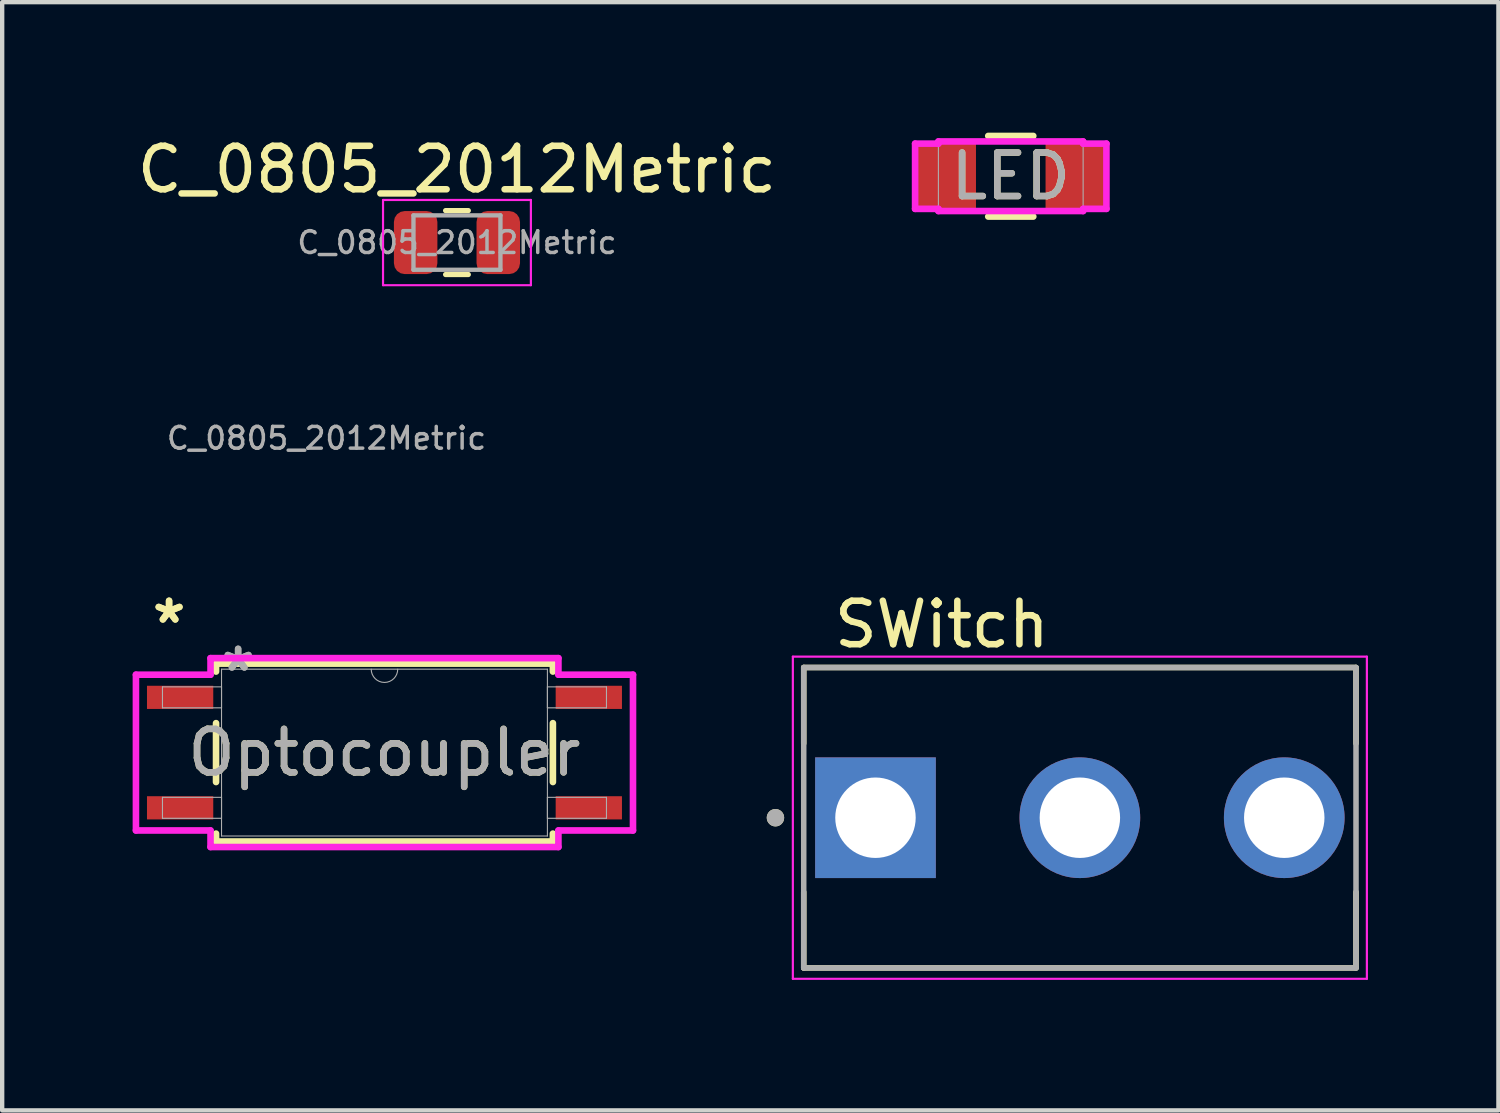
<source format=kicad_pcb>
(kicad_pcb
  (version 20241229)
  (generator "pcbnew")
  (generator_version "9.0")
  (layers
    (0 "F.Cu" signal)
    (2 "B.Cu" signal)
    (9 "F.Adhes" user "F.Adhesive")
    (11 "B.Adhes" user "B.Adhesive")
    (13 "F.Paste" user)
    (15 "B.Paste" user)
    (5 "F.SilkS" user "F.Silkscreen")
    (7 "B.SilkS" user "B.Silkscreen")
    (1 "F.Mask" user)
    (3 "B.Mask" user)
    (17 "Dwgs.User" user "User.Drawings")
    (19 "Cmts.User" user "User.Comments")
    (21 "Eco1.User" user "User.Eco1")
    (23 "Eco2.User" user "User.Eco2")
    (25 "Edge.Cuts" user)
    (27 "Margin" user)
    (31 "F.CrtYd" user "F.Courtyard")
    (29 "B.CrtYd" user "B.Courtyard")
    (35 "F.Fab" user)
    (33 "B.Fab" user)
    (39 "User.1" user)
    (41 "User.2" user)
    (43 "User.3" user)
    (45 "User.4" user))
  (footprint "SWitch"
    (layer "F.Cu")
    (at 21.782 15.754)
    (property "Reference" "SWitch" (at -3.175 -4.445 0) (layer "F.SilkS") (effects (font (size 1 1) (thickness 0.15))))
    (attr through_hole)
    (fp_line (start -6.35 -3.454) (end 6.35 -3.454) (stroke (width 0.127) (type solid)) (layer "F.SilkS"))
    (fp_line (start -6.35 -1.708) (end -6.35 -3.454) (stroke (width 0.127) (type solid)) (layer "F.SilkS"))
    (fp_line (start -6.35 3.454) (end -6.35 1.708) (stroke (width 0.127) (type solid)) (layer "F.SilkS"))
    (fp_line (start 6.35 -3.454) (end 6.35 -1.708) (stroke (width 0.127) (type solid)) (layer "F.SilkS"))
    (fp_line (start 6.35 3.454) (end -6.35 3.454) (stroke (width 0.127) (type solid)) (layer "F.SilkS"))
    (fp_line (start 6.35 3.454) (end 6.35 1.708) (stroke (width 0.127) (type solid)) (layer "F.SilkS"))
    (fp_circle (center -7 0) (end -6.9 0) (stroke (width 0.2) (type solid)) (fill no) (layer "F.SilkS"))
    (fp_line (start -6.6 -3.704) (end -6.6 3.704) (stroke (width 0.05) (type solid)) (layer "F.CrtYd"))
    (fp_line (start -6.6 3.704) (end 6.6 3.704) (stroke (width 0.05) (type solid)) (layer "F.CrtYd"))
    (fp_line (start 6.6 -3.704) (end -6.6 -3.704) (stroke (width 0.05) (type solid)) (layer "F.CrtYd"))
    (fp_line (start 6.6 3.704) (end 6.6 -3.704) (stroke (width 0.05) (type solid)) (layer "F.CrtYd"))
    (fp_line (start -6.35 -3.454) (end 6.35 -3.454) (stroke (width 0.127) (type solid)) (layer "F.Fab"))
    (fp_line (start -6.35 3.454) (end -6.35 -3.454) (stroke (width 0.127) (type solid)) (layer "F.Fab"))
    (fp_line (start 6.35 -3.454) (end 6.35 3.454) (stroke (width 0.127) (type solid)) (layer "F.Fab"))
    (fp_line (start 6.35 3.454) (end -6.35 3.454) (stroke (width 0.127) (type solid)) (layer "F.Fab"))
    (fp_circle (center -7 0) (end -6.9 0) (stroke (width 0.2) (type solid)) (fill no) (layer "F.Fab"))
    (pad "1" thru_hole rect (at -4.7 0) (size 2.775 2.775) (drill 1.85) (layers "*.Cu" "*.Mask"))
    (pad "2" thru_hole circle (at 0 0) (size 2.775 2.775) (drill 1.85) (layers "*.Cu" "*.Mask"))
    (pad "3" thru_hole circle (at 4.7 0) (size 2.775 2.775) (drill 1.85) (layers "*.Cu" "*.Mask")))
  (footprint "Optocoupler"
    (layer "F.Cu")
    (at 5.791 14.256)
    (property "Reference" "Optocoupler" (at 0 0 0) (unlocked yes) (layer "F.SilkS") (effects (font (size 1 1) (thickness 0.15))))
    (attr smd)
    (fp_line (start -3.873 -2.045) (end -3.873 -1.863) (stroke (width 0.152) (type solid)) (layer "F.SilkS"))
    (fp_line (start -3.873 -0.677) (end -3.873 0.677) (stroke (width 0.152) (type solid)) (layer "F.SilkS"))
    (fp_line (start -3.873 1.863) (end -3.873 2.045) (stroke (width 0.152) (type solid)) (layer "F.SilkS"))
    (fp_line (start -3.873 2.045) (end 3.873 2.045) (stroke (width 0.152) (type solid)) (layer "F.SilkS"))
    (fp_line (start 3.873 -2.045) (end -3.873 -2.045) (stroke (width 0.152) (type solid)) (layer "F.SilkS"))
    (fp_line (start 3.873 -1.863) (end 3.873 -2.045) (stroke (width 0.152) (type solid)) (layer "F.SilkS"))
    (fp_line (start 3.873 0.677) (end 3.873 -0.677) (stroke (width 0.152) (type solid)) (layer "F.SilkS"))
    (fp_line (start 3.873 2.045) (end 3.873 1.863) (stroke (width 0.152) (type solid)) (layer "F.SilkS"))
    (fp_line (start -5.715 -1.791) (end -4 -1.791) (stroke (width 0.152) (type solid)) (layer "F.CrtYd"))
    (fp_line (start -5.715 1.791) (end -5.715 -1.791) (stroke (width 0.152) (type solid)) (layer "F.CrtYd"))
    (fp_line (start -5.715 1.791) (end -4 1.791) (stroke (width 0.152) (type solid)) (layer "F.CrtYd"))
    (fp_line (start -4 -2.172) (end 4 -2.172) (stroke (width 0.152) (type solid)) (layer "F.CrtYd"))
    (fp_line (start -4 -1.791) (end -4 -2.172) (stroke (width 0.152) (type solid)) (layer "F.CrtYd"))
    (fp_line (start -4 2.172) (end -4 1.791) (stroke (width 0.152) (type solid)) (layer "F.CrtYd"))
    (fp_line (start 4 -2.172) (end 4 -1.791) (stroke (width 0.152) (type solid)) (layer "F.CrtYd"))
    (fp_line (start 4 1.791) (end 4 2.172) (stroke (width 0.152) (type solid)) (layer "F.CrtYd"))
    (fp_line (start 4 2.172) (end -4 2.172) (stroke (width 0.152) (type solid)) (layer "F.CrtYd"))
    (fp_line (start 5.715 -1.791) (end 4 -1.791) (stroke (width 0.152) (type solid)) (layer "F.CrtYd"))
    (fp_line (start 5.715 -1.791) (end 5.715 1.791) (stroke (width 0.152) (type solid)) (layer "F.CrtYd"))
    (fp_line (start 5.715 1.791) (end 4 1.791) (stroke (width 0.152) (type solid)) (layer "F.CrtYd"))
    (fp_line (start -5.105 -1.511) (end -5.105 -1.029) (stroke (width 0.025) (type solid)) (layer "F.Fab"))
    (fp_line (start -5.105 -1.029) (end -3.747 -1.029) (stroke (width 0.025) (type solid)) (layer "F.Fab"))
    (fp_line (start -5.105 1.029) (end -5.105 1.511) (stroke (width 0.025) (type solid)) (layer "F.Fab"))
    (fp_line (start -5.105 1.511) (end -3.747 1.511) (stroke (width 0.025) (type solid)) (layer "F.Fab"))
    (fp_line (start -3.747 -1.918) (end -3.747 1.918) (stroke (width 0.025) (type solid)) (layer "F.Fab"))
    (fp_line (start -3.747 -1.511) (end -5.105 -1.511) (stroke (width 0.025) (type solid)) (layer "F.Fab"))
    (fp_line (start -3.747 -1.029) (end -3.747 -1.511) (stroke (width 0.025) (type solid)) (layer "F.Fab"))
    (fp_line (start -3.747 1.029) (end -5.105 1.029) (stroke (width 0.025) (type solid)) (layer "F.Fab"))
    (fp_line (start -3.747 1.511) (end -3.747 1.029) (stroke (width 0.025) (type solid)) (layer "F.Fab"))
    (fp_line (start -3.747 1.918) (end 3.747 1.918) (stroke (width 0.025) (type solid)) (layer "F.Fab"))
    (fp_line (start 3.747 -1.918) (end -3.747 -1.918) (stroke (width 0.025) (type solid)) (layer "F.Fab"))
    (fp_line (start 3.747 -1.511) (end 3.747 -1.029) (stroke (width 0.025) (type solid)) (layer "F.Fab"))
    (fp_line (start 3.747 -1.029) (end 5.105 -1.029) (stroke (width 0.025) (type solid)) (layer "F.Fab"))
    (fp_line (start 3.747 1.029) (end 3.747 1.511) (stroke (width 0.025) (type solid)) (layer "F.Fab"))
    (fp_line (start 3.747 1.511) (end 5.105 1.511) (stroke (width 0.025) (type solid)) (layer "F.Fab"))
    (fp_line (start 3.747 1.918) (end 3.747 -1.918) (stroke (width 0.025) (type solid)) (layer "F.Fab"))
    (fp_line (start 5.105 -1.511) (end 3.747 -1.511) (stroke (width 0.025) (type solid)) (layer "F.Fab"))
    (fp_line (start 5.105 -1.029) (end 5.105 -1.511) (stroke (width 0.025) (type solid)) (layer "F.Fab"))
    (fp_line (start 5.105 1.029) (end 3.747 1.029) (stroke (width 0.025) (type solid)) (layer "F.Fab"))
    (fp_line (start 5.105 1.511) (end 5.105 1.029) (stroke (width 0.025) (type solid)) (layer "F.Fab"))
    (fp_arc (start 0.3048 -1.9177) (mid 0 -1.6129) (end -0.3048 -1.9177) (stroke (width 0.0254) (type solid)) (layer "F.Fab"))
    (fp_text user "*" (at -4.953 -2.946 0) (layer "F.SilkS") (effects (font (size 1 1) (thickness 0.15))))
    (fp_text user "*" (at -4.953 -2.946 0) (unlocked yes) (layer "F.SilkS") (effects (font (size 1 1) (thickness 0.15))))
    (fp_text user "*" (at -3.365 -1.841 0) (layer "F.Fab") (effects (font (size 1 1) (thickness 0.15))))
    (fp_text user "*" (at -3.365 -1.841 0) (unlocked yes) (layer "F.Fab") (effects (font (size 1 1) (thickness 0.15))))
    (fp_text user "${REFERENCE}" (at 0 0 0) (unlocked yes) (layer "F.Fab") (effects (font (size 1 1) (thickness 0.15))))
    (pad "1" smd rect (at -4.699 -1.27) (size 1.524 0.533) (layers "F.Cu" "F.Mask" "F.Paste"))
    (pad "2" smd rect (at -4.699 1.27) (size 1.524 0.533) (layers "F.Cu" "F.Mask" "F.Paste"))
    (pad "3" smd rect (at 4.699 1.27) (size 1.524 0.533) (layers "F.Cu" "F.Mask" "F.Paste"))
    (pad "4" smd rect (at 4.699 -1.27) (size 1.524 0.533) (layers "F.Cu" "F.Mask" "F.Paste")))
  (footprint "C_0805_2012Metric"
    (layer "F.Cu")
    (at 7.458 2.528)
    (property "Reference" "C_0805_2012Metric" (at 0 -1.68 0) (layer "F.SilkS") (effects (font (size 1 1) (thickness 0.15))))
    (attr smd)
    (fp_line (start -0.261 -0.735) (end 0.261 -0.735) (stroke (width 0.12) (type solid)) (layer "F.SilkS"))
    (fp_line (start -0.261 0.735) (end 0.261 0.735) (stroke (width 0.12) (type solid)) (layer "F.SilkS"))
    (fp_line (start -1.7 -0.98) (end 1.7 -0.98) (stroke (width 0.05) (type solid)) (layer "F.CrtYd"))
    (fp_line (start -1.7 0.98) (end -1.7 -0.98) (stroke (width 0.05) (type solid)) (layer "F.CrtYd"))
    (fp_line (start 1.7 -0.98) (end 1.7 0.98) (stroke (width 0.05) (type solid)) (layer "F.CrtYd"))
    (fp_line (start 1.7 0.98) (end -1.7 0.98) (stroke (width 0.05) (type solid)) (layer "F.CrtYd"))
    (fp_line (start -1 -0.625) (end 1 -0.625) (stroke (width 0.1) (type solid)) (layer "F.Fab"))
    (fp_line (start -1 0.625) (end -1 -0.625) (stroke (width 0.1) (type solid)) (layer "F.Fab"))
    (fp_line (start 1 -0.625) (end 1 0.625) (stroke (width 0.1) (type solid)) (layer "F.Fab"))
    (fp_line (start 1 0.625) (end -1 0.625) (stroke (width 0.1) (type solid)) (layer "F.Fab"))
    (fp_text user "${REFERENCE}" (at -3 4.5 0) (layer "F.Fab") (effects (font (size 0.5 0.5) (thickness 0.08))))
    (fp_text user "${REFERENCE}" (at 0 0 0) (layer "F.Fab") (effects (font (size 0.5 0.5) (thickness 0.08))))
    (pad "1" smd roundrect (at -0.95 0) (size 1 1.45) (layers "F.Cu" "F.Mask" "F.Paste") (roundrect_rratio 0.25))
    (pad "2" smd roundrect (at 0.95 0) (size 1 1.45) (layers "F.Cu" "F.Mask" "F.Paste") (roundrect_rratio 0.25)))
  (footprint "LED"
    (layer "F.Cu")
    (at 20.193 1.003)
    (property "Reference" "LED" (at 0 0 0) (unlocked yes) (layer "F.SilkS") (effects (font (size 1 1) (thickness 0.15))))
    (attr smd)
    (fp_line (start -0.518 0.927) (end 0.518 0.927) (stroke (width 0.152) (type solid)) (layer "F.SilkS"))
    (fp_line (start 0.518 -0.927) (end -0.518 -0.927) (stroke (width 0.152) (type solid)) (layer "F.SilkS"))
    (fp_line (start -2.2 -0.75) (end -1.664 -0.75) (stroke (width 0.152) (type solid)) (layer "F.CrtYd"))
    (fp_line (start -2.2 0.75) (end -2.2 -0.75) (stroke (width 0.152) (type solid)) (layer "F.CrtYd"))
    (fp_line (start -1.664 -0.8) (end 1.664 -0.8) (stroke (width 0.152) (type solid)) (layer "F.CrtYd"))
    (fp_line (start -1.664 -0.75) (end -1.664 -0.8) (stroke (width 0.152) (type solid)) (layer "F.CrtYd"))
    (fp_line (start -1.664 0.75) (end -2.2 0.75) (stroke (width 0.152) (type solid)) (layer "F.CrtYd"))
    (fp_line (start -1.664 0.8) (end -1.664 0.75) (stroke (width 0.152) (type solid)) (layer "F.CrtYd"))
    (fp_line (start 1.664 -0.8) (end 1.664 -0.75) (stroke (width 0.152) (type solid)) (layer "F.CrtYd"))
    (fp_line (start 1.664 -0.75) (end 2.2 -0.75) (stroke (width 0.152) (type solid)) (layer "F.CrtYd"))
    (fp_line (start 1.664 0.75) (end 1.664 0.8) (stroke (width 0.152) (type solid)) (layer "F.CrtYd"))
    (fp_line (start 1.664 0.8) (end -1.664 0.8) (stroke (width 0.152) (type solid)) (layer "F.CrtYd"))
    (fp_line (start 2.2 -0.75) (end 2.2 0.75) (stroke (width 0.152) (type solid)) (layer "F.CrtYd"))
    (fp_line (start 2.2 0.75) (end 1.664 0.75) (stroke (width 0.152) (type solid)) (layer "F.CrtYd"))
    (fp_line (start -1.664 -0.8) (end -1.664 0.8) (stroke (width 0.025) (type solid)) (layer "F.Fab"))
    (fp_line (start -1.664 0.8) (end 1.664 0.8) (stroke (width 0.025) (type solid)) (layer "F.Fab"))
    (fp_line (start 1.664 -0.8) (end -1.664 -0.8) (stroke (width 0.025) (type solid)) (layer "F.Fab"))
    (fp_line (start 1.664 0.8) (end 1.664 -0.8) (stroke (width 0.025) (type solid)) (layer "F.Fab"))
    (fp_text user "${REFERENCE}" (at 0 0 0) (unlocked yes) (layer "F.Fab") (effects (font (size 1 1) (thickness 0.15))))
    (pad "1" smd rect (at -1.5 0) (size 1.4 1.5) (layers "F.Cu" "F.Mask" "F.Paste"))
    (pad "2" smd rect (at 1.5 0) (size 1.4 1.5) (layers "F.Cu" "F.Mask" "F.Paste"))
    (zone (net_name "") (layer "F.Cu") (hatch full 0.508) (connect_pads) (min_thickness 0.254) (filled_areas_thickness no) (keepout (tracks not_allowed) (vias not_allowed) (pads allowed) (copperpour not_allowed) (footprints allowed)) (placement (enabled no)) (fill) (polygon (pts (xy 19.444 0.254) (xy 20.942 0.254) (xy 20.942 1.753) (xy 19.444 1.753)))))
  (gr_rect
    (start -3 -3)
    (end 31.407 22.484)
    (stroke (width 0.1) (type default))
    (fill no)
    (layer "Edge.Cuts")))
</source>
